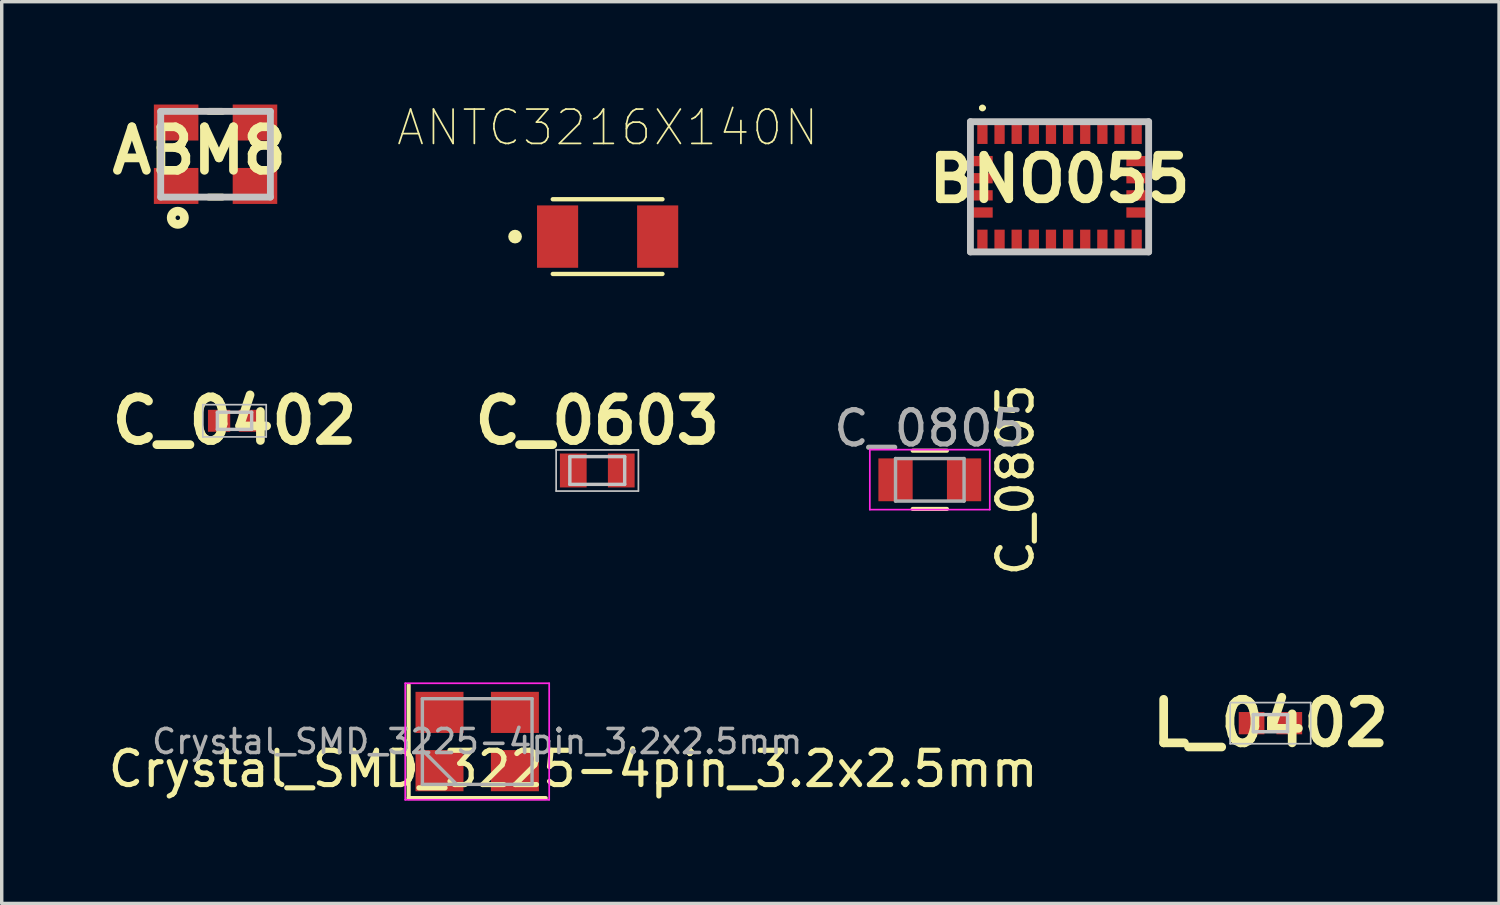
<source format=kicad_pcb>
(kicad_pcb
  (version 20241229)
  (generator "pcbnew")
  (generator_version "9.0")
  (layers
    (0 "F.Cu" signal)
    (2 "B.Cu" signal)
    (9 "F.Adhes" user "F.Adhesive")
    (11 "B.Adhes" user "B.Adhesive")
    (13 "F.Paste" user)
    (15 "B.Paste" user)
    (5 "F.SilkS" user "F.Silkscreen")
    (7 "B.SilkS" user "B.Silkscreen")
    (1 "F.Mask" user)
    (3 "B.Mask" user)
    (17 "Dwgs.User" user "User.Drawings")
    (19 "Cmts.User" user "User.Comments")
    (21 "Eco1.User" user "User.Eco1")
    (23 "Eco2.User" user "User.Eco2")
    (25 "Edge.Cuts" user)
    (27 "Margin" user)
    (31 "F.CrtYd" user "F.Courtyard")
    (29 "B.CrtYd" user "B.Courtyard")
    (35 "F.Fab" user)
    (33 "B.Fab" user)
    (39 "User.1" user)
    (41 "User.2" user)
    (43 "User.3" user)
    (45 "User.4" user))
  (footprint "ABM8"
    (layer "F.Cu")
    (at 3.239 1.45)
    (property "Reference" "ABM8" (at -0.475 -0.105 0) (layer "F.SilkS") (effects (font (size 1.27 1.27) (thickness 0.254))))
    (attr smd)
    (fp_line (start -0.2 -1.25) (end 0.2 -1.25) (stroke (width 0.2) (type solid)) (layer "F.SilkS"))
    (fp_line (start -0.2 1.25) (end 0.2 1.25) (stroke (width 0.2) (type solid)) (layer "F.SilkS"))
    (fp_circle (center -1.101 1.854) (end -1.167 1.854) (stroke (width 0.254) (type solid)) (fill no) (layer "F.SilkS"))
    (fp_line (start -1.6 -1.25) (end 1.6 -1.25) (stroke (width 0.2) (type solid)) (layer "Dwgs.User"))
    (fp_line (start -1.6 1.25) (end -1.6 -1.25) (stroke (width 0.2) (type solid)) (layer "Dwgs.User"))
    (fp_line (start 1.6 -1.25) (end 1.6 1.25) (stroke (width 0.2) (type solid)) (layer "Dwgs.User"))
    (fp_line (start 1.6 1.25) (end -1.6 1.25) (stroke (width 0.2) (type solid)) (layer "Dwgs.User"))
    (pad "1" smd rect (at -1.15 0.925 90) (size 1.05 1.3) (layers "F.Cu" "F.Mask" "F.Paste"))
    (pad "2" smd rect (at 1.15 0.925 90) (size 1.05 1.3) (layers "F.Cu" "F.Mask" "F.Paste"))
    (pad "3" smd rect (at 1.15 -0.925 90) (size 1.05 1.3) (layers "F.Cu" "F.Mask" "F.Paste"))
    (pad "4" smd rect (at -1.15 -0.925 90) (size 1.05 1.3) (layers "F.Cu" "F.Mask" "F.Paste")))
  (footprint "BNO055"
    (layer "F.Cu")
    (at 27.863 2.4)
    (property "Reference" "BNO055" (at 0 -0.225 0) (layer "F.SilkS") (effects (font (size 1.27 1.27) (thickness 0.254))))
    (attr smd)
    (fp_line (start -2.6 -1.9) (end -2.6 -1) (stroke (width 0.1) (type solid)) (layer "F.SilkS"))
    (fp_line (start -2.6 1.9) (end -2.6 1) (stroke (width 0.1) (type solid)) (layer "F.SilkS"))
    (fp_line (start -2.3 -2.3) (end -2.3 -2.3) (stroke (width 0.1) (type solid)) (layer "F.SilkS"))
    (fp_line (start -2.2 -2.3) (end -2.2 -2.3) (stroke (width 0.1) (type solid)) (layer "F.SilkS"))
    (fp_line (start 2.6 -1.9) (end 2.6 -1) (stroke (width 0.1) (type solid)) (layer "F.SilkS"))
    (fp_line (start 2.6 1.9) (end 2.6 1) (stroke (width 0.1) (type solid)) (layer "F.SilkS"))
    (fp_arc (start -2.3 -2.3) (mid -2.25 -2.35) (end -2.2 -2.3) (stroke (width 0.1) (type solid)) (layer "F.SilkS"))
    (fp_arc (start -2.2 -2.3) (mid -2.25 -2.25) (end -2.3 -2.3) (stroke (width 0.1) (type solid)) (layer "F.SilkS"))
    (fp_line (start -2.6 -1.9) (end 2.6 -1.9) (stroke (width 0.2) (type solid)) (layer "Dwgs.User"))
    (fp_line (start -2.6 1.9) (end -2.6 -1.9) (stroke (width 0.2) (type solid)) (layer "Dwgs.User"))
    (fp_line (start 2.6 -1.9) (end 2.6 1.9) (stroke (width 0.2) (type solid)) (layer "Dwgs.User"))
    (fp_line (start 2.6 1.9) (end -2.6 1.9) (stroke (width 0.2) (type solid)) (layer "Dwgs.User"))
    (pad "1" smd rect (at -2.25 -1.55) (size 0.3 0.6) (layers "F.Cu" "F.Mask" "F.Paste"))
    (pad "2" smd rect (at -2.25 -0.75 90) (size 0.3 0.6) (layers "F.Cu" "F.Mask" "F.Paste"))
    (pad "3" smd rect (at -2.25 -0.25 90) (size 0.3 0.6) (layers "F.Cu" "F.Mask" "F.Paste"))
    (pad "4" smd rect (at -2.25 0.25 90) (size 0.3 0.6) (layers "F.Cu" "F.Mask" "F.Paste"))
    (pad "5" smd rect (at -2.25 0.75 90) (size 0.3 0.6) (layers "F.Cu" "F.Mask" "F.Paste"))
    (pad "6" smd rect (at -2.25 1.55) (size 0.3 0.6) (layers "F.Cu" "F.Mask" "F.Paste"))
    (pad "7" smd rect (at -1.75 1.55) (size 0.3 0.6) (layers "F.Cu" "F.Mask" "F.Paste"))
    (pad "8" smd rect (at -1.25 1.55) (size 0.3 0.6) (layers "F.Cu" "F.Mask" "F.Paste"))
    (pad "9" smd rect (at -0.75 1.55) (size 0.3 0.6) (layers "F.Cu" "F.Mask" "F.Paste"))
    (pad "10" smd rect (at -0.25 1.55) (size 0.3 0.6) (layers "F.Cu" "F.Mask" "F.Paste"))
    (pad "11" smd rect (at 0.25 1.55) (size 0.3 0.6) (layers "F.Cu" "F.Mask" "F.Paste"))
    (pad "12" smd rect (at 0.75 1.55) (size 0.3 0.6) (layers "F.Cu" "F.Mask" "F.Paste"))
    (pad "13" smd rect (at 1.25 1.55) (size 0.3 0.6) (layers "F.Cu" "F.Mask" "F.Paste"))
    (pad "14" smd rect (at 1.75 1.55) (size 0.3 0.6) (layers "F.Cu" "F.Mask" "F.Paste"))
    (pad "15" smd rect (at 2.25 1.55) (size 0.3 0.6) (layers "F.Cu" "F.Mask" "F.Paste"))
    (pad "16" smd rect (at 2.25 0.75 90) (size 0.3 0.6) (layers "F.Cu" "F.Mask" "F.Paste"))
    (pad "17" smd rect (at 2.25 0.25 90) (size 0.3 0.6) (layers "F.Cu" "F.Mask" "F.Paste"))
    (pad "18" smd rect (at 2.25 -0.25 90) (size 0.3 0.6) (layers "F.Cu" "F.Mask" "F.Paste"))
    (pad "19" smd rect (at 2.25 -0.75 90) (size 0.3 0.6) (layers "F.Cu" "F.Mask" "F.Paste"))
    (pad "20" smd rect (at 2.25 -1.55) (size 0.3 0.6) (layers "F.Cu" "F.Mask" "F.Paste"))
    (pad "21" smd rect (at 1.75 -1.55) (size 0.3 0.6) (layers "F.Cu" "F.Mask" "F.Paste"))
    (pad "22" smd rect (at 1.25 -1.55) (size 0.3 0.6) (layers "F.Cu" "F.Mask" "F.Paste"))
    (pad "23" smd rect (at 0.75 -1.55) (size 0.3 0.6) (layers "F.Cu" "F.Mask" "F.Paste"))
    (pad "24" smd rect (at 0.25 -1.55) (size 0.3 0.6) (layers "F.Cu" "F.Mask" "F.Paste"))
    (pad "25" smd rect (at -0.25 -1.55) (size 0.3 0.6) (layers "F.Cu" "F.Mask" "F.Paste"))
    (pad "26" smd rect (at -0.75 -1.55) (size 0.3 0.6) (layers "F.Cu" "F.Mask" "F.Paste"))
    (pad "27" smd rect (at -1.25 -1.55) (size 0.3 0.6) (layers "F.Cu" "F.Mask" "F.Paste"))
    (pad "28" smd rect (at -1.75 -1.55) (size 0.3 0.6) (layers "F.Cu" "F.Mask" "F.Paste")))
  (footprint "C_0402"
    (layer "F.Cu")
    (at 3.792 9.227)
    (property "Reference" "C_0402" (at 0 0 0) (layer "F.SilkS") (effects (font (size 1.27 1.27) (thickness 0.254))))
    (attr smd)
    (fp_line (start -0.925 -0.47) (end 0.925 -0.47) (stroke (width 0.05) (type solid)) (layer "Dwgs.User"))
    (fp_line (start -0.925 0.47) (end -0.925 -0.47) (stroke (width 0.05) (type solid)) (layer "Dwgs.User"))
    (fp_line (start -0.5 -0.25) (end 0.5 -0.25) (stroke (width 0.1) (type solid)) (layer "Dwgs.User"))
    (fp_line (start -0.5 0.25) (end -0.5 -0.25) (stroke (width 0.1) (type solid)) (layer "Dwgs.User"))
    (fp_line (start 0.5 -0.25) (end 0.5 0.25) (stroke (width 0.1) (type solid)) (layer "Dwgs.User"))
    (fp_line (start 0.5 0.25) (end -0.5 0.25) (stroke (width 0.1) (type solid)) (layer "Dwgs.User"))
    (fp_line (start 0.925 -0.47) (end 0.925 0.47) (stroke (width 0.05) (type solid)) (layer "Dwgs.User"))
    (fp_line (start 0.925 0.47) (end -0.925 0.47) (stroke (width 0.05) (type solid)) (layer "Dwgs.User"))
    (pad "1" smd rect (at -0.45 0 90) (size 0.64 0.65) (layers "F.Cu" "F.Mask" "F.Paste"))
    (pad "2" smd rect (at 0.45 0 90) (size 0.64 0.65) (layers "F.Cu" "F.Mask" "F.Paste")))
  (footprint "Crystal_SMD_3225-4pin_3.2x2.5mm"
    (layer "F.Cu")
    (at 10.873 18.585)
    (property "Reference" "Crystal_SMD_3225-4pin_3.2x2.5mm" (at 2.8 0.8 180) (layer "F.SilkS") (effects (font (size 1 1) (thickness 0.15))))
    (attr smd)
    (fp_line (start -2 -1.65) (end -2 1.65) (stroke (width 0.12) (type solid)) (layer "F.SilkS"))
    (fp_line (start -2 1.65) (end 2 1.65) (stroke (width 0.12) (type solid)) (layer "F.SilkS"))
    (fp_line (start -2.1 -1.7) (end -2.1 1.7) (stroke (width 0.05) (type solid)) (layer "F.CrtYd"))
    (fp_line (start -2.1 1.7) (end 2.1 1.7) (stroke (width 0.05) (type solid)) (layer "F.CrtYd"))
    (fp_line (start 2.1 -1.7) (end -2.1 -1.7) (stroke (width 0.05) (type solid)) (layer "F.CrtYd"))
    (fp_line (start 2.1 1.7) (end 2.1 -1.7) (stroke (width 0.05) (type solid)) (layer "F.CrtYd"))
    (fp_line (start -1.6 -1.25) (end -1.6 1.25) (stroke (width 0.1) (type solid)) (layer "F.Fab"))
    (fp_line (start -1.6 0.25) (end -0.6 1.25) (stroke (width 0.1) (type solid)) (layer "F.Fab"))
    (fp_line (start -1.6 1.25) (end 1.6 1.25) (stroke (width 0.1) (type solid)) (layer "F.Fab"))
    (fp_line (start 1.6 -1.25) (end -1.6 -1.25) (stroke (width 0.1) (type solid)) (layer "F.Fab"))
    (fp_line (start 1.6 1.25) (end 1.6 -1.25) (stroke (width 0.1) (type solid)) (layer "F.Fab"))
    (fp_text user "${REFERENCE}" (at 0 0 180) (layer "F.Fab") (effects (font (size 0.7 0.7) (thickness 0.105))))
    (pad "1" smd rect (at -1.1 0.85) (size 1.4 1.2) (layers "F.Cu" "F.Mask" "F.Paste"))
    (pad "2" smd rect (at 1.1 0.85) (size 1.4 1.2) (layers "F.Cu" "F.Mask" "F.Paste"))
    (pad "3" smd rect (at 1.1 -0.85) (size 1.4 1.2) (layers "F.Cu" "F.Mask" "F.Paste"))
    (pad "4" smd rect (at -1.1 -0.85) (size 1.4 1.2) (layers "F.Cu" "F.Mask" "F.Paste")))
  (footprint "C_0805"
    (layer "F.Cu")
    (at 24.078 10.949)
    (property "Reference" "C_0805" (at 2.5 0 270) (layer "F.SilkS") (effects (font (size 1 1) (thickness 0.15))))
    (attr smd)
    (fp_line (start -0.5 0.85) (end 0.5 0.85) (stroke (width 0.12) (type solid)) (layer "F.SilkS"))
    (fp_line (start 0.5 -0.85) (end -0.5 -0.85) (stroke (width 0.12) (type solid)) (layer "F.SilkS"))
    (fp_line (start -1.75 -0.88) (end -1.75 0.87) (stroke (width 0.05) (type solid)) (layer "F.CrtYd"))
    (fp_line (start -1.75 -0.88) (end 1.75 -0.88) (stroke (width 0.05) (type solid)) (layer "F.CrtYd"))
    (fp_line (start 1.75 0.87) (end -1.75 0.87) (stroke (width 0.05) (type solid)) (layer "F.CrtYd"))
    (fp_line (start 1.75 0.87) (end 1.75 -0.88) (stroke (width 0.05) (type solid)) (layer "F.CrtYd"))
    (fp_line (start -1 -0.62) (end 1 -0.62) (stroke (width 0.1) (type solid)) (layer "F.Fab"))
    (fp_line (start -1 0.62) (end -1 -0.62) (stroke (width 0.1) (type solid)) (layer "F.Fab"))
    (fp_line (start 1 -0.62) (end 1 0.62) (stroke (width 0.1) (type solid)) (layer "F.Fab"))
    (fp_line (start 1 0.62) (end -1 0.62) (stroke (width 0.1) (type solid)) (layer "F.Fab"))
    (fp_text user "${REFERENCE}" (at 0 -1.5 180) (layer "F.Fab") (effects (font (size 1 1) (thickness 0.15))))
    (pad "1" smd rect (at -1 0) (size 1 1.25) (layers "F.Cu" "F.Mask" "F.Paste"))
    (pad "2" smd rect (at 1 0) (size 1 1.25) (layers "F.Cu" "F.Mask" "F.Paste")))
  (footprint "C_0603"
    (layer "F.Cu")
    (at 14.376 10.677)
    (property "Reference" "C_0603" (at 0 -1.45 0) (layer "F.SilkS") (effects (font (size 1.27 1.27) (thickness 0.254))))
    (attr smd)
    (fp_line (start -1.2 -0.6) (end 1.2 -0.6) (stroke (width 0.05) (type solid)) (layer "Dwgs.User"))
    (fp_line (start -1.2 0.6) (end -1.2 -0.6) (stroke (width 0.05) (type solid)) (layer "Dwgs.User"))
    (fp_line (start -0.8 -0.405) (end 0.8 -0.405) (stroke (width 0.1) (type solid)) (layer "Dwgs.User"))
    (fp_line (start -0.8 0.405) (end -0.8 -0.405) (stroke (width 0.1) (type solid)) (layer "Dwgs.User"))
    (fp_line (start 0.8 -0.405) (end 0.8 0.405) (stroke (width 0.1) (type solid)) (layer "Dwgs.User"))
    (fp_line (start 0.8 0.405) (end -0.8 0.405) (stroke (width 0.1) (type solid)) (layer "Dwgs.User"))
    (fp_line (start 1.2 -0.6) (end 1.2 0.6) (stroke (width 0.05) (type solid)) (layer "Dwgs.User"))
    (fp_line (start 1.2 0.6) (end -1.2 0.6) (stroke (width 0.05) (type solid)) (layer "Dwgs.User"))
    (pad "1" smd rect (at -0.7 0) (size 0.78 0.99) (layers "F.Cu" "F.Mask" "F.Paste"))
    (pad "2" smd rect (at 0.7 0) (size 0.78 0.99) (layers "F.Cu" "F.Mask" "F.Paste")))
  (footprint "ANTC3216X140N"
    (layer "F.Cu")
    (at 14.678 3.853)
    (property "Reference" "ANTC3216X140N" (at -0.00001 -3.18 0) (layer "F.SilkS") (effects (font (size 1.002 1.002) (thickness 0.05))))
    (attr smd)
    (fp_line (start -1.6 -1.09) (end 1.6 -1.09) (stroke (width 0.127) (type solid)) (layer "F.SilkS"))
    (fp_line (start -1.6 1.09) (end 1.6 1.09) (stroke (width 0.127) (type solid)) (layer "F.SilkS"))
    (fp_circle (center -2.7 0) (end -2.6 0) (stroke (width 0.2) (type solid)) (fill no) (layer "F.SilkS"))
    (fp_line (start -2.31 -1.16) (end 2.31 -1.16) (stroke (width 0.05) (type solid)) (layer "Eco1.User"))
    (fp_line (start -2.31 1.16) (end -2.31 -1.16) (stroke (width 0.05) (type solid)) (layer "Eco1.User"))
    (fp_line (start 2.31 -1.16) (end 2.31 1.16) (stroke (width 0.05) (type solid)) (layer "Eco1.User"))
    (fp_line (start 2.31 1.16) (end -2.31 1.16) (stroke (width 0.05) (type solid)) (layer "Eco1.User"))
    (fp_line (start -1.7 -0.9) (end 1.7 -0.9) (stroke (width 0.127) (type solid)) (layer "Eco2.User"))
    (fp_line (start -1.7 0.9) (end -1.7 -0.9) (stroke (width 0.127) (type solid)) (layer "Eco2.User"))
    (fp_line (start 1.7 -0.9) (end 1.7 0.9) (stroke (width 0.127) (type solid)) (layer "Eco2.User"))
    (fp_line (start 1.7 0.9) (end -1.7 0.9) (stroke (width 0.127) (type solid)) (layer "Eco2.User"))
    (pad "1" smd rect (at -1.46 0 180) (size 1.2 1.82) (layers "F.Cu" "F.Mask" "F.Paste"))
    (pad "2" smd rect (at 1.46 0 180) (size 1.2 1.82) (layers "F.Cu" "F.Mask" "F.Paste")))
  (footprint "L_0402"
    (layer "F.Cu")
    (at 34.016 18.049)
    (property "Reference" "L_0402" (at 0 0 0) (layer "F.SilkS") (effects (font (size 1.27 1.27) (thickness 0.254))))
    (attr smd)
    (fp_line (start 0 -0.15) (end 0 0.15) (stroke (width 0.2) (type solid)) (layer "F.SilkS"))
    (fp_line (start -1.175 -0.6) (end 1.175 -0.6) (stroke (width 0.05) (type solid)) (layer "Dwgs.User"))
    (fp_line (start -1.175 0.6) (end -1.175 -0.6) (stroke (width 0.05) (type solid)) (layer "Dwgs.User"))
    (fp_line (start -0.5 -0.25) (end 0.5 -0.25) (stroke (width 0.1) (type solid)) (layer "Dwgs.User"))
    (fp_line (start -0.5 0.25) (end -0.5 -0.25) (stroke (width 0.1) (type solid)) (layer "Dwgs.User"))
    (fp_line (start 0.5 -0.25) (end 0.5 0.25) (stroke (width 0.1) (type solid)) (layer "Dwgs.User"))
    (fp_line (start 0.5 0.25) (end -0.5 0.25) (stroke (width 0.1) (type solid)) (layer "Dwgs.User"))
    (fp_line (start 1.175 -0.6) (end 1.175 0.6) (stroke (width 0.05) (type solid)) (layer "Dwgs.User"))
    (fp_line (start 1.175 0.6) (end -1.175 0.6) (stroke (width 0.05) (type solid)) (layer "Dwgs.User"))
    (pad "1" smd rect (at -0.55 0 90) (size 0.65 0.75) (layers "F.Cu" "F.Mask" "F.Paste"))
    (pad "2" smd rect (at 0.55 0 90) (size 0.65 0.75) (layers "F.Cu" "F.Mask" "F.Paste")))
  (gr_rect
    (start -3 -3)
    (end 40.687 23.31)
    (stroke (width 0.1) (type default))
    (fill no)
    (layer "Edge.Cuts")))
</source>
